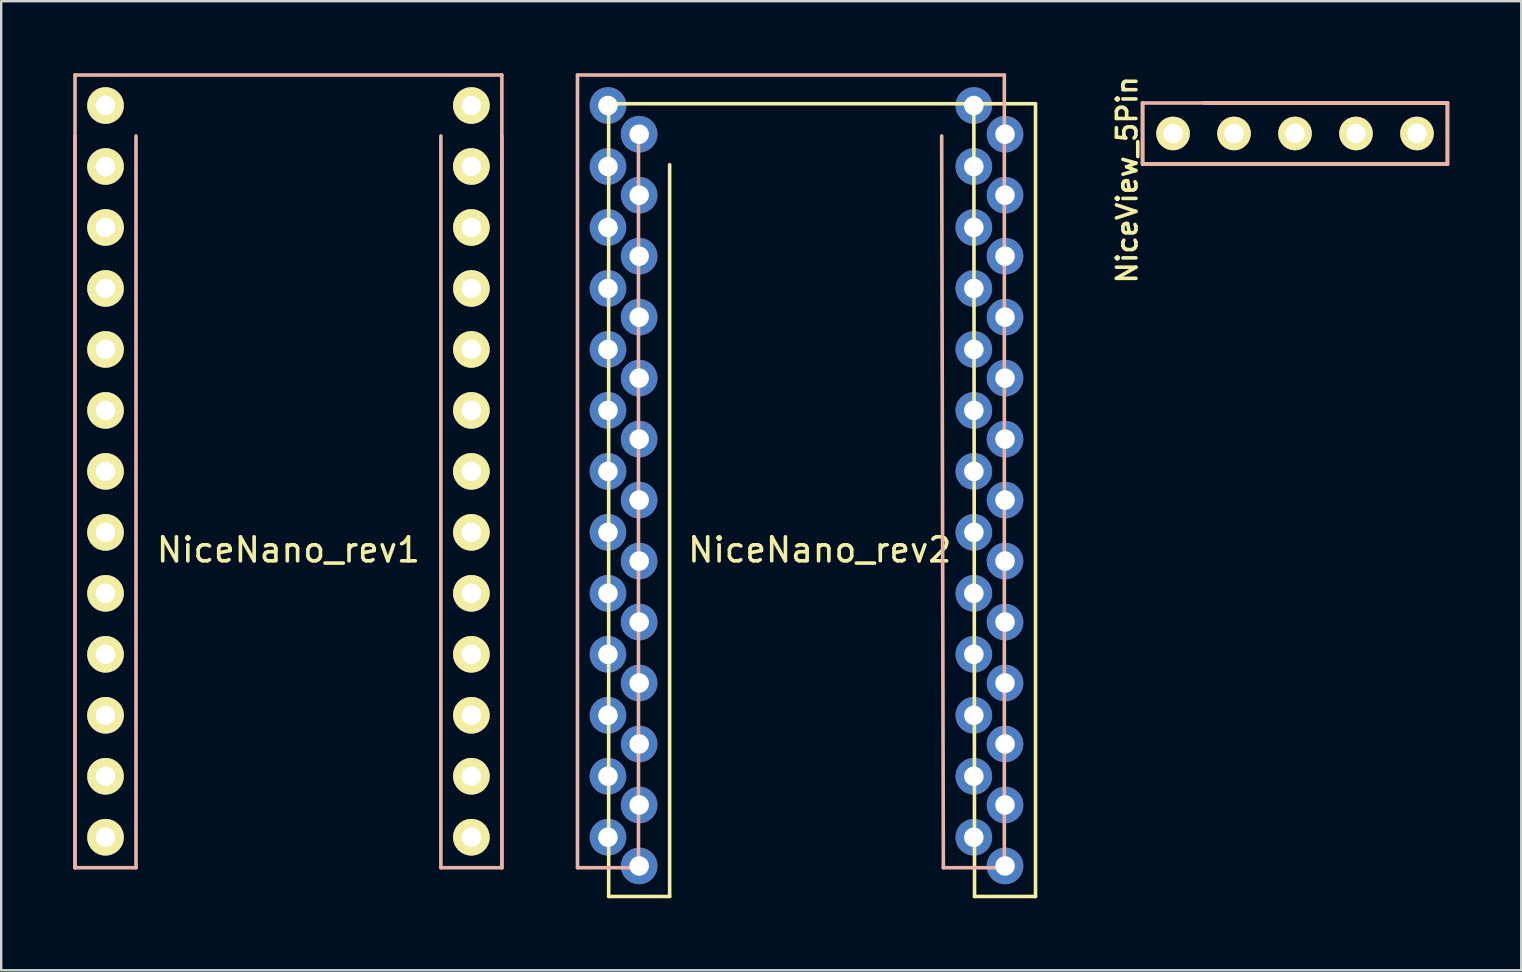
<source format=kicad_pcb>
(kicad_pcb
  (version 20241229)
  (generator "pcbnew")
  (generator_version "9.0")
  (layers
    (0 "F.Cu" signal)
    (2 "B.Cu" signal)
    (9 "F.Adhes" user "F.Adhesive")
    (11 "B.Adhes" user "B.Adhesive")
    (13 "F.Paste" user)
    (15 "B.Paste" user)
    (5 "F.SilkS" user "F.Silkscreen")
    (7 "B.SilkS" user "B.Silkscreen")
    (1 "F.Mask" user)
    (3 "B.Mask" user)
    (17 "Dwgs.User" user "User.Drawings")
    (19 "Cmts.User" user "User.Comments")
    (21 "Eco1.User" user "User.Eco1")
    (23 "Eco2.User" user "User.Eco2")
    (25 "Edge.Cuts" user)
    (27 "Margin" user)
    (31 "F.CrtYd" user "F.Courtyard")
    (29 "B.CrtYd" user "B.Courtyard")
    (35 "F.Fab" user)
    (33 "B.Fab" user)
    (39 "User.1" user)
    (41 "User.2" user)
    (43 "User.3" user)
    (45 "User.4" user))
  (footprint "NiceNano_rev1"
    (layer "F.Cu")
    (at 8.965 17.855)
    (property "Reference" "NiceNano_rev1" (at 0 2 0) (layer "F.SilkS") (effects (font (size 1 1) (thickness 0.15))))
    (attr through_hole)
    (fp_line (start -8.89 -17.78) (end 8.89 -17.78) (stroke (width 0.15) (type solid)) (layer "B.SilkS"))
    (fp_line (start -8.89 15.24) (end -8.89 -17.78) (stroke (width 0.15) (type solid)) (layer "B.SilkS"))
    (fp_line (start -8.89 15.24) (end -8.89 -15.24) (stroke (width 0.15) (type solid)) (layer "B.SilkS"))
    (fp_line (start -6.35 -15.24) (end -6.35 15.24) (stroke (width 0.15) (type solid)) (layer "B.SilkS"))
    (fp_line (start -6.35 15.24) (end -8.89 15.24) (stroke (width 0.15) (type solid)) (layer "B.SilkS"))
    (fp_line (start 6.35 15.24) (end 6.35 -15.24) (stroke (width 0.15) (type solid)) (layer "B.SilkS"))
    (fp_line (start 8.89 -17.78) (end 8.89 15.24) (stroke (width 0.15) (type solid)) (layer "B.SilkS"))
    (fp_line (start 8.89 -15.24) (end 8.89 15.24) (stroke (width 0.15) (type solid)) (layer "B.SilkS"))
    (fp_line (start 8.89 15.24) (end 6.35 15.24) (stroke (width 0.15) (type solid)) (layer "B.SilkS"))
    (pad "0" thru_hole circle (at -7.62 -16.51) (size 1.524 1.524) (drill 0.813) (layers "*.Cu" "*.Mask" "F.SilkS"))
    (pad "1" thru_hole circle (at -7.62 -13.97) (size 1.524 1.524) (drill 0.813) (layers "*.Cu" "*.Mask" "F.SilkS"))
    (pad "2" thru_hole circle (at -7.62 -11.43) (size 1.524 1.524) (drill 0.813) (layers "*.Cu" "*.Mask" "F.SilkS"))
    (pad "3" thru_hole circle (at -7.62 -8.89) (size 1.524 1.524) (drill 0.813) (layers "*.Cu" "*.Mask" "F.SilkS"))
    (pad "4" thru_hole circle (at -7.62 -6.35) (size 1.524 1.524) (drill 0.813) (layers "*.Cu" "*.Mask" "F.SilkS"))
    (pad "5" thru_hole circle (at -7.62 -3.81) (size 1.524 1.524) (drill 0.813) (layers "*.Cu" "*.Mask" "F.SilkS"))
    (pad "6" thru_hole circle (at -7.62 -1.27) (size 1.524 1.524) (drill 0.813) (layers "*.Cu" "*.Mask" "F.SilkS"))
    (pad "7" thru_hole circle (at -7.62 1.27) (size 1.524 1.524) (drill 0.813) (layers "*.Cu" "*.Mask" "F.SilkS"))
    (pad "8" thru_hole circle (at -7.62 3.81) (size 1.524 1.524) (drill 0.813) (layers "*.Cu" "*.Mask" "F.SilkS"))
    (pad "9" thru_hole circle (at -7.62 6.35) (size 1.524 1.524) (drill 0.813) (layers "*.Cu" "*.Mask" "F.SilkS"))
    (pad "10" thru_hole circle (at -7.62 8.89) (size 1.524 1.524) (drill 0.813) (layers "*.Cu" "*.Mask" "F.SilkS"))
    (pad "11" thru_hole circle (at -7.62 11.43) (size 1.524 1.524) (drill 0.813) (layers "*.Cu" "*.Mask" "F.SilkS"))
    (pad "12" thru_hole circle (at -7.62 13.97) (size 1.524 1.524) (drill 0.813) (layers "*.Cu" "*.Mask" "F.SilkS"))
    (pad "13" thru_hole circle (at 7.62 13.97) (size 1.524 1.524) (drill 0.813) (layers "*.Cu" "*.Mask" "F.SilkS"))
    (pad "14" thru_hole circle (at 7.62 11.43) (size 1.524 1.524) (drill 0.813) (layers "*.Cu" "*.Mask" "F.SilkS"))
    (pad "15" thru_hole circle (at 7.62 8.89) (size 1.524 1.524) (drill 0.813) (layers "*.Cu" "*.Mask" "F.SilkS"))
    (pad "16" thru_hole circle (at 7.62 6.35) (size 1.524 1.524) (drill 0.813) (layers "*.Cu" "*.Mask" "F.SilkS"))
    (pad "17" thru_hole circle (at 7.62 3.81) (size 1.524 1.524) (drill 0.813) (layers "*.Cu" "*.Mask" "F.SilkS"))
    (pad "18" thru_hole circle (at 7.62 1.27) (size 1.524 1.524) (drill 0.813) (layers "*.Cu" "*.Mask" "F.SilkS"))
    (pad "19" thru_hole circle (at 7.62 -1.27) (size 1.524 1.524) (drill 0.813) (layers "*.Cu" "*.Mask" "F.SilkS"))
    (pad "20" thru_hole circle (at 7.62 -3.81) (size 1.524 1.524) (drill 0.813) (layers "*.Cu" "*.Mask" "F.SilkS"))
    (pad "21" thru_hole circle (at 7.62 -6.35) (size 1.524 1.524) (drill 0.813) (layers "*.Cu" "*.Mask" "F.SilkS"))
    (pad "22" thru_hole circle (at 7.62 -8.89) (size 1.524 1.524) (drill 0.813) (layers "*.Cu" "*.Mask" "F.SilkS"))
    (pad "23" thru_hole circle (at 7.62 -11.43) (size 1.524 1.524) (drill 0.813) (layers "*.Cu" "*.Mask" "F.SilkS"))
    (pad "24" thru_hole circle (at 7.62 -13.97) (size 1.524 1.524) (drill 0.813) (layers "*.Cu" "*.Mask" "F.SilkS"))
    (pad "25" thru_hole circle (at 7.62 -16.51) (size 1.524 1.524) (drill 0.813) (layers "*.Cu" "*.Mask" "F.SilkS")))
  (footprint "NiceView_5Pin"
    (layer "F.Cu")
    (at 45.813 2.51)
    (property "Reference" "NiceView_5Pin" (at -1.915 1.93 90) (layer "F.SilkS") (effects (font (size 0.813 0.813) (thickness 0.15))))
    (attr through_hole)
    (fp_line (start -1.27 1.27) (end -1.27 -1.27) (stroke (width 0.15) (type solid)) (layer "F.SilkS"))
    (fp_line (start -1.27 1.27) (end 11.43 1.27) (stroke (width 0.15) (type solid)) (layer "F.SilkS"))
    (fp_line (start 1.27 -1.27) (end 11.43 -1.27) (stroke (width 0.15) (type solid)) (layer "F.SilkS"))
    (fp_line (start 11.43 -1.27) (end 11.43 1.27) (stroke (width 0.15) (type solid)) (layer "F.SilkS"))
    (fp_line (start -1.27 -1.27) (end 11.43 -1.27) (stroke (width 0.15) (type solid)) (layer "B.SilkS"))
    (fp_line (start -1.27 1.27) (end -1.27 -1.27) (stroke (width 0.15) (type solid)) (layer "B.SilkS"))
    (fp_line (start 11.43 -1.27) (end 11.43 1.27) (stroke (width 0.15) (type solid)) (layer "B.SilkS"))
    (fp_line (start 11.43 1.27) (end -1.27 1.27) (stroke (width 0.15) (type solid)) (layer "B.SilkS"))
    (pad "1" thru_hole circle (at 0 0) (size 1.397 1.397) (drill 0.813) (layers "*.Cu" "*.Mask" "F.SilkS"))
    (pad "2" thru_hole circle (at 2.54 0) (size 1.397 1.397) (drill 0.813) (layers "*.Cu" "*.Mask" "F.SilkS"))
    (pad "3" thru_hole circle (at 5.08 0) (size 1.397 1.397) (drill 0.813) (layers "*.Cu" "*.Mask" "F.SilkS"))
    (pad "4" thru_hole circle (at 7.62 0) (size 1.397 1.397) (drill 0.813) (layers "*.Cu" "*.Mask" "F.SilkS"))
    (pad "5" thru_hole circle (at 10.16 0) (size 1.397 1.397) (drill 0.813) (layers "*.Cu" "*.Mask" "F.SilkS")))
  (footprint "NiceNano_rev2"
    (layer "F.Cu")
    (at 31.095 18.655)
    (property "Reference" "NiceNano_rev2" (at 0 1.2 0) (layer "F.SilkS") (effects (font (size 1 1) (thickness 0.15))))
    (attr through_hole)
    (fp_line (start -8.791 -17.384) (end -8.791 15.636) (stroke (width 0.15) (type solid)) (layer "F.SilkS"))
    (fp_line (start -8.791 15.636) (end -6.251 15.636) (stroke (width 0.15) (type solid)) (layer "F.SilkS"))
    (fp_line (start -6.251 15.636) (end -6.251 -14.844) (stroke (width 0.15) (type solid)) (layer "F.SilkS"))
    (fp_line (start 6.42 -17.31) (end 6.449 15.636) (stroke (width 0.15) (type solid)) (layer "F.SilkS"))
    (fp_line (start 6.449 15.636) (end 8.989 15.636) (stroke (width 0.15) (type solid)) (layer "F.SilkS"))
    (fp_line (start 8.989 -17.384) (end -8.791 -17.384) (stroke (width 0.15) (type solid)) (layer "F.SilkS"))
    (fp_line (start 8.989 15.636) (end 8.989 -17.384) (stroke (width 0.15) (type solid)) (layer "F.SilkS"))
    (fp_line (start -10.09 -18.58) (end 7.69 -18.58) (stroke (width 0.15) (type solid)) (layer "B.SilkS"))
    (fp_line (start -10.09 14.44) (end -10.09 -18.58) (stroke (width 0.15) (type solid)) (layer "B.SilkS"))
    (fp_line (start -7.55 -16.04) (end -7.55 14.44) (stroke (width 0.15) (type solid)) (layer "B.SilkS"))
    (fp_line (start -7.55 14.44) (end -10.09 14.44) (stroke (width 0.15) (type solid)) (layer "B.SilkS"))
    (fp_line (start 5.15 14.44) (end 5.08 -16.04) (stroke (width 0.15) (type solid)) (layer "B.SilkS"))
    (fp_line (start 7.69 -18.58) (end 7.69 14.44) (stroke (width 0.15) (type solid)) (layer "B.SilkS"))
    (fp_line (start 7.69 14.44) (end 5.15 14.44) (stroke (width 0.15) (type solid)) (layer "B.SilkS"))
    (pad "0" thru_hole circle (at -7.521 -16.114 180) (size 1.524 1.524) (drill 0.813) (layers "*.Cu" "*.Mask"))
    (pad "0" thru_hole circle (at 6.42 -17.31) (size 1.524 1.524) (drill 0.813) (layers "*.Cu" "*.Mask"))
    (pad "1" thru_hole circle (at -7.521 -13.574 180) (size 1.524 1.524) (drill 0.813) (layers "*.Cu" "*.Mask"))
    (pad "1" thru_hole circle (at 6.42 -14.77) (size 1.524 1.524) (drill 0.813) (layers "*.Cu" "*.Mask"))
    (pad "2" thru_hole circle (at -7.521 -11.034 180) (size 1.524 1.524) (drill 0.813) (layers "*.Cu" "*.Mask"))
    (pad "2" thru_hole circle (at 6.42 -12.23) (size 1.524 1.524) (drill 0.813) (layers "*.Cu" "*.Mask"))
    (pad "3" thru_hole circle (at -7.521 -8.494 180) (size 1.524 1.524) (drill 0.813) (layers "*.Cu" "*.Mask"))
    (pad "3" thru_hole circle (at 6.42 -9.69) (size 1.524 1.524) (drill 0.813) (layers "*.Cu" "*.Mask"))
    (pad "4" thru_hole circle (at -7.521 -5.954 180) (size 1.524 1.524) (drill 0.813) (layers "*.Cu" "*.Mask"))
    (pad "4" thru_hole circle (at 6.42 -7.15) (size 1.524 1.524) (drill 0.813) (layers "*.Cu" "*.Mask"))
    (pad "5" thru_hole circle (at -7.521 -3.414 180) (size 1.524 1.524) (drill 0.813) (layers "*.Cu" "*.Mask"))
    (pad "5" thru_hole circle (at 6.42 -4.61) (size 1.524 1.524) (drill 0.813) (layers "*.Cu" "*.Mask"))
    (pad "6" thru_hole circle (at -7.521 -0.874 180) (size 1.524 1.524) (drill 0.813) (layers "*.Cu" "*.Mask"))
    (pad "6" thru_hole circle (at 6.42 -2.07) (size 1.524 1.524) (drill 0.813) (layers "*.Cu" "*.Mask"))
    (pad "7" thru_hole circle (at -7.521 1.666 180) (size 1.524 1.524) (drill 0.813) (layers "*.Cu" "*.Mask"))
    (pad "7" thru_hole circle (at 6.42 0.47) (size 1.524 1.524) (drill 0.813) (layers "*.Cu" "*.Mask"))
    (pad "8" thru_hole circle (at -7.521 4.206 180) (size 1.524 1.524) (drill 0.813) (layers "*.Cu" "*.Mask"))
    (pad "8" thru_hole circle (at 6.42 3.01) (size 1.524 1.524) (drill 0.813) (layers "*.Cu" "*.Mask"))
    (pad "9" thru_hole circle (at -7.521 6.746 180) (size 1.524 1.524) (drill 0.813) (layers "*.Cu" "*.Mask"))
    (pad "9" thru_hole circle (at 6.42 5.55) (size 1.524 1.524) (drill 0.813) (layers "*.Cu" "*.Mask"))
    (pad "10" thru_hole circle (at -7.521 9.286 180) (size 1.524 1.524) (drill 0.813) (layers "*.Cu" "*.Mask"))
    (pad "10" thru_hole circle (at 6.42 8.09) (size 1.524 1.524) (drill 0.813) (layers "*.Cu" "*.Mask"))
    (pad "11" thru_hole circle (at -7.521 11.826 180) (size 1.524 1.524) (drill 0.813) (layers "*.Cu" "*.Mask"))
    (pad "11" thru_hole circle (at 6.42 10.63) (size 1.524 1.524) (drill 0.813) (layers "*.Cu" "*.Mask"))
    (pad "12" thru_hole circle (at -7.521 14.366 180) (size 1.524 1.524) (drill 0.813) (layers "*.Cu" "*.Mask"))
    (pad "12" thru_hole circle (at 6.42 13.17) (size 1.524 1.524) (drill 0.813) (layers "*.Cu" "*.Mask"))
    (pad "13" thru_hole circle (at -8.82 13.17) (size 1.524 1.524) (drill 0.813) (layers "*.Cu" "*.Mask"))
    (pad "13" thru_hole circle (at 7.719 14.366 180) (size 1.524 1.524) (drill 0.813) (layers "*.Cu" "*.Mask"))
    (pad "14" thru_hole circle (at -8.82 10.63) (size 1.524 1.524) (drill 0.813) (layers "*.Cu" "*.Mask"))
    (pad "14" thru_hole circle (at 7.719 11.826 180) (size 1.524 1.524) (drill 0.813) (layers "*.Cu" "*.Mask"))
    (pad "15" thru_hole circle (at -8.82 8.09) (size 1.524 1.524) (drill 0.813) (layers "*.Cu" "*.Mask"))
    (pad "15" thru_hole circle (at 7.719 9.286 180) (size 1.524 1.524) (drill 0.813) (layers "*.Cu" "*.Mask"))
    (pad "16" thru_hole circle (at -8.82 5.55) (size 1.524 1.524) (drill 0.813) (layers "*.Cu" "*.Mask"))
    (pad "16" thru_hole circle (at 7.719 6.746 180) (size 1.524 1.524) (drill 0.813) (layers "*.Cu" "*.Mask"))
    (pad "17" thru_hole circle (at -8.82 3.01) (size 1.524 1.524) (drill 0.813) (layers "*.Cu" "*.Mask"))
    (pad "17" thru_hole circle (at 7.719 4.206 180) (size 1.524 1.524) (drill 0.813) (layers "*.Cu" "*.Mask"))
    (pad "18" thru_hole circle (at -8.82 0.47) (size 1.524 1.524) (drill 0.813) (layers "*.Cu" "*.Mask"))
    (pad "18" thru_hole circle (at 7.719 1.666 180) (size 1.524 1.524) (drill 0.813) (layers "*.Cu" "*.Mask"))
    (pad "19" thru_hole circle (at -8.82 -2.07) (size 1.524 1.524) (drill 0.813) (layers "*.Cu" "*.Mask"))
    (pad "19" thru_hole circle (at 7.719 -0.874 180) (size 1.524 1.524) (drill 0.813) (layers "*.Cu" "*.Mask"))
    (pad "20" thru_hole circle (at -8.82 -4.61) (size 1.524 1.524) (drill 0.813) (layers "*.Cu" "*.Mask"))
    (pad "20" thru_hole circle (at 7.719 -3.414 180) (size 1.524 1.524) (drill 0.813) (layers "*.Cu" "*.Mask"))
    (pad "21" thru_hole circle (at -8.82 -7.15) (size 1.524 1.524) (drill 0.813) (layers "*.Cu" "*.Mask"))
    (pad "21" thru_hole circle (at 7.719 -5.954 180) (size 1.524 1.524) (drill 0.813) (layers "*.Cu" "*.Mask"))
    (pad "22" thru_hole circle (at -8.82 -9.69) (size 1.524 1.524) (drill 0.813) (layers "*.Cu" "*.Mask"))
    (pad "22" thru_hole circle (at 7.719 -8.494 180) (size 1.524 1.524) (drill 0.813) (layers "*.Cu" "*.Mask"))
    (pad "23" thru_hole circle (at -8.82 -12.23) (size 1.524 1.524) (drill 0.813) (layers "*.Cu" "*.Mask"))
    (pad "23" thru_hole circle (at 7.719 -11.034 180) (size 1.524 1.524) (drill 0.813) (layers "*.Cu" "*.Mask"))
    (pad "24" thru_hole circle (at -8.82 -14.77) (size 1.524 1.524) (drill 0.813) (layers "*.Cu" "*.Mask"))
    (pad "24" thru_hole circle (at 7.719 -13.574 180) (size 1.524 1.524) (drill 0.813) (layers "*.Cu" "*.Mask"))
    (pad "25" thru_hole circle (at -8.82 -17.31) (size 1.524 1.524) (drill 0.813) (layers "*.Cu" "*.Mask"))
    (pad "25" thru_hole circle (at 7.719 -16.114 180) (size 1.524 1.524) (drill 0.813) (layers "*.Cu" "*.Mask")))
  (gr_rect
    (start -3 -3)
    (end 60.318 37.366)
    (stroke (width 0.1) (type default))
    (fill no)
    (layer "Edge.Cuts")))
</source>
